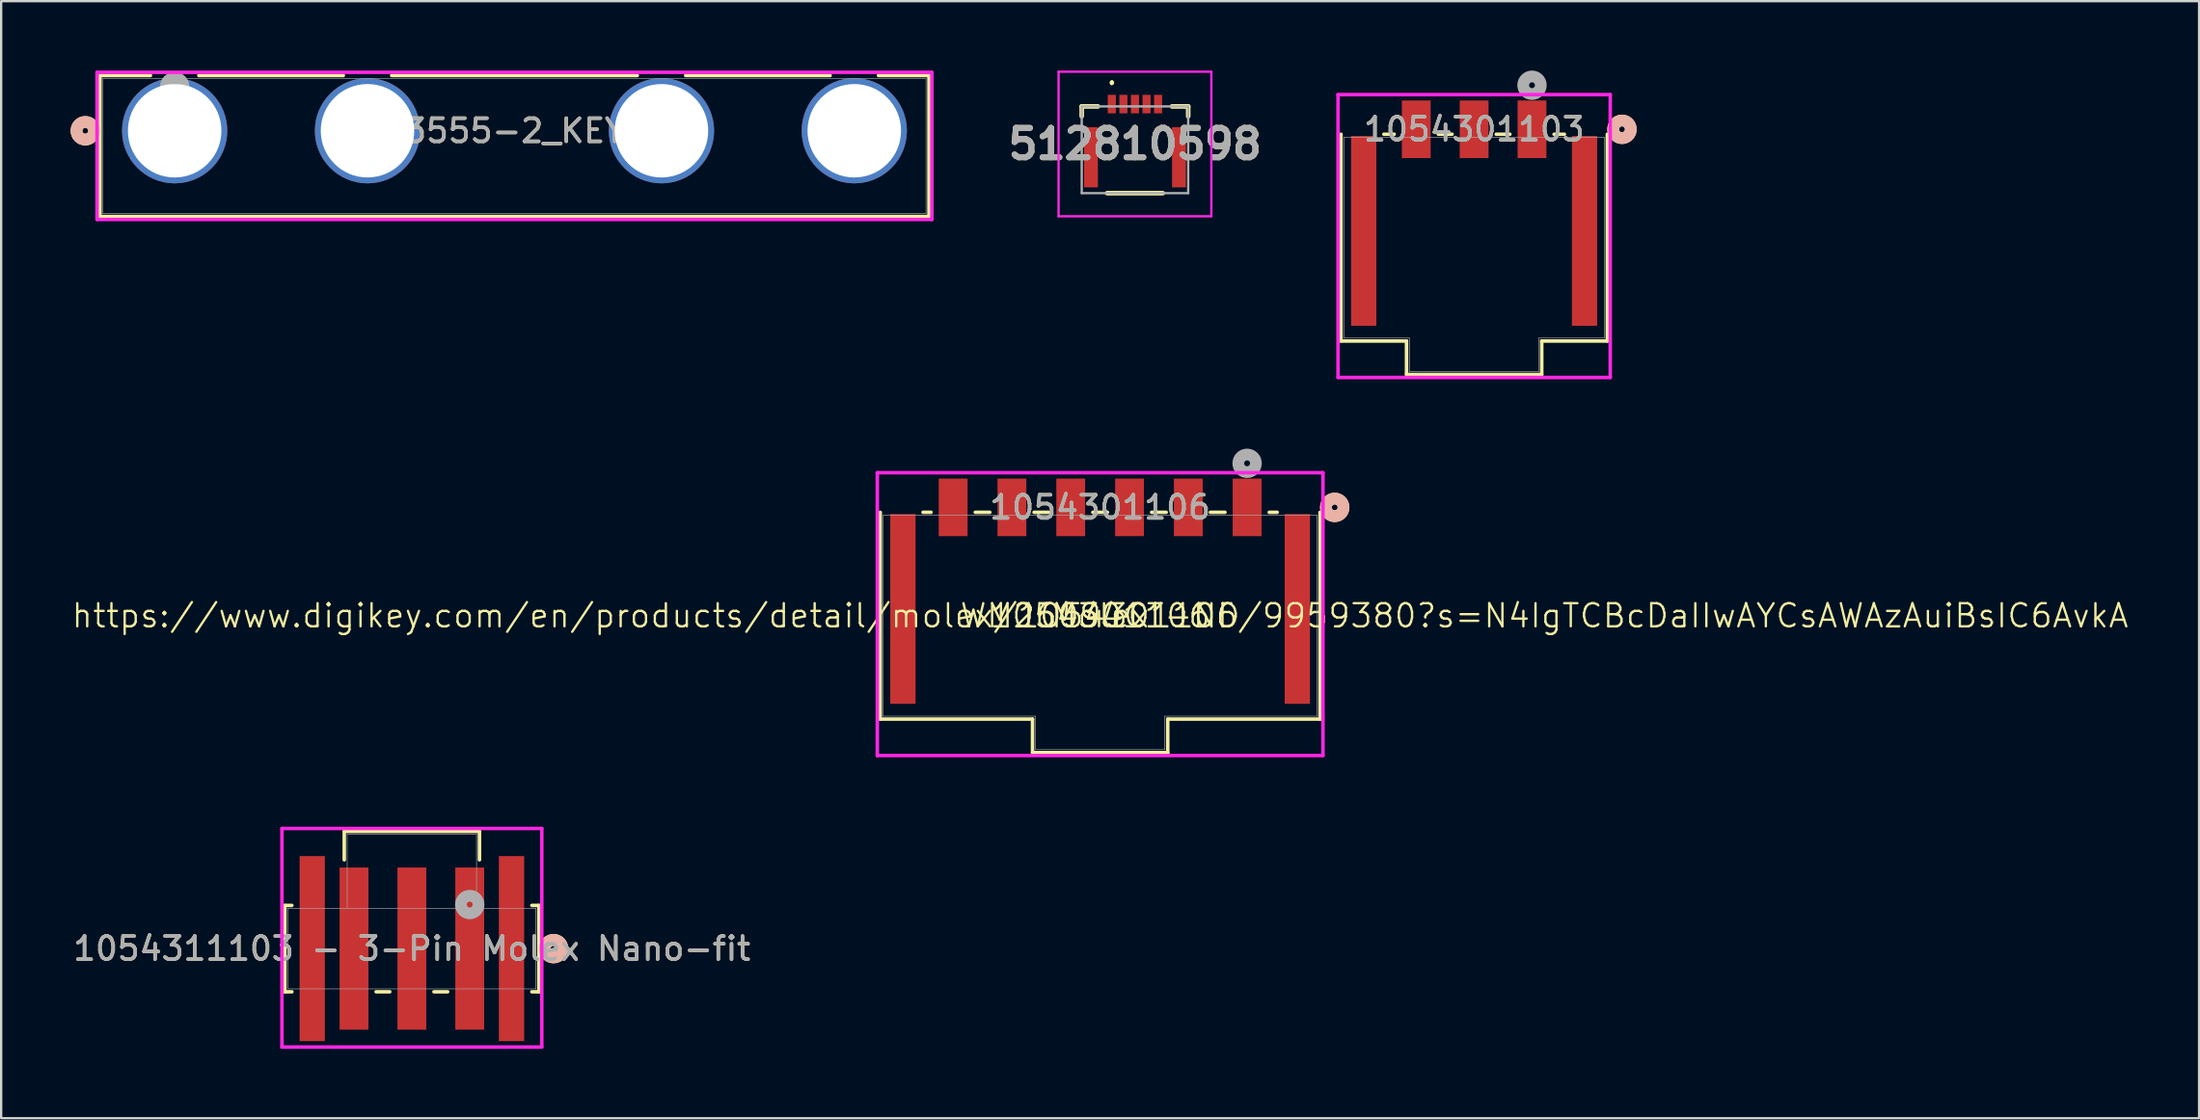
<source format=kicad_pcb>
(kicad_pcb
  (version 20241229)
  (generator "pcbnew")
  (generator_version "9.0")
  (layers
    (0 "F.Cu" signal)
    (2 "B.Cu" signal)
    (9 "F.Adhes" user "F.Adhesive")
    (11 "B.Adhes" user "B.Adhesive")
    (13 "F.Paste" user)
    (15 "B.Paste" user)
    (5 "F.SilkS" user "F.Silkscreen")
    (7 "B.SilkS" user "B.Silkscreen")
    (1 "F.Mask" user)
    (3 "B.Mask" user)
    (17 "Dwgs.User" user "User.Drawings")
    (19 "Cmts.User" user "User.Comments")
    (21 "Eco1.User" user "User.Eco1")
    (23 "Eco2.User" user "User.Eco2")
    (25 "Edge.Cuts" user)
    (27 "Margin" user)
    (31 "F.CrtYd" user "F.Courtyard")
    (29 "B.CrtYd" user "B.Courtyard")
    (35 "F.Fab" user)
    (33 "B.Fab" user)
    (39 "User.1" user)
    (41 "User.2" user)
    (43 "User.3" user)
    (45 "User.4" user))
  (footprint "1054301106"
    (layer "F.Cu")
    (at 44.479 23.568)
    (property "Reference" "1054301106" (at 0 -4.683 0) (unlocked yes) (layer "F.SilkS") (effects (font (size 1 1) (thickness 0.15))))
    (property "Digikey URL" "https://www.digikey.com/en/products/detail/molex/1054301106/9959380?s=N4IgTCBcDaIIwAYCsAWAzAuiBsIC6AvkA" (at 0 0 0) (layer "F.SilkS") (effects (font (size 1 1) (thickness 0.1))))
    (property "Digikey PN" "WM26094CT-ND" (at 0 0 0) (layer "F.SilkS") (effects (font (size 1 1) (thickness 0.1))))
    (property "MFG" "Molex" (at 0 0 0) (layer "F.SilkS") (effects (font (size 1 1) (thickness 0.1))))
    (property "MFG PN" "1054301106" (at 0 0 0) (layer "F.SilkS") (effects (font (size 1 1) (thickness 0.1))))
    (attr smd)
    (fp_line (start -9.5 -4.47) (end -9.5 4.47) (stroke (width 0.152) (type solid)) (layer "F.SilkS"))
    (fp_line (start -9.5 4.47) (end -2.921 4.47) (stroke (width 0.152) (type solid)) (layer "F.SilkS"))
    (fp_line (start -7.305 -4.47) (end -7.65 -4.47) (stroke (width 0.152) (type solid)) (layer "F.SilkS"))
    (fp_line (start -4.765 -4.47) (end -5.395 -4.47) (stroke (width 0.152) (type solid)) (layer "F.SilkS"))
    (fp_line (start -2.921 4.47) (end -2.921 5.918) (stroke (width 0.152) (type solid)) (layer "F.SilkS"))
    (fp_line (start -2.921 5.918) (end 2.921 5.918) (stroke (width 0.152) (type solid)) (layer "F.SilkS"))
    (fp_line (start -2.225 -4.47) (end -2.855 -4.47) (stroke (width 0.152) (type solid)) (layer "F.SilkS"))
    (fp_line (start 0.315 -4.47) (end -0.315 -4.47) (stroke (width 0.152) (type solid)) (layer "F.SilkS"))
    (fp_line (start 2.855 -4.47) (end 2.225 -4.47) (stroke (width 0.152) (type solid)) (layer "F.SilkS"))
    (fp_line (start 2.921 4.47) (end 9.5 4.47) (stroke (width 0.152) (type solid)) (layer "F.SilkS"))
    (fp_line (start 2.921 5.918) (end 2.921 4.47) (stroke (width 0.152) (type solid)) (layer "F.SilkS"))
    (fp_line (start 5.395 -4.47) (end 4.765 -4.47) (stroke (width 0.152) (type solid)) (layer "F.SilkS"))
    (fp_line (start 7.65 -4.47) (end 7.305 -4.47) (stroke (width 0.152) (type solid)) (layer "F.SilkS"))
    (fp_line (start 9.5 4.47) (end 9.5 -4.47) (stroke (width 0.152) (type solid)) (layer "F.SilkS"))
    (fp_circle (center 10.135 -4.683) (end 10.516 -4.683) (stroke (width 0.508) (type solid)) (fill no) (layer "F.SilkS"))
    (fp_circle (center 10.135 -4.683) (end 10.516 -4.683) (stroke (width 0.508) (type solid)) (fill no) (layer "B.SilkS"))
    (fp_line (start -9.627 -6.182) (end -9.627 6.045) (stroke (width 0.152) (type solid)) (layer "F.CrtYd"))
    (fp_line (start -9.627 6.045) (end 9.627 6.045) (stroke (width 0.152) (type solid)) (layer "F.CrtYd"))
    (fp_line (start 9.627 -6.182) (end -9.627 -6.182) (stroke (width 0.152) (type solid)) (layer "F.CrtYd"))
    (fp_line (start 9.627 6.045) (end 9.627 -6.182) (stroke (width 0.152) (type solid)) (layer "F.CrtYd"))
    (fp_line (start -9.373 -4.343) (end -9.373 4.343) (stroke (width 0.025) (type solid)) (layer "F.Fab"))
    (fp_line (start -9.373 4.343) (end -2.794 4.343) (stroke (width 0.025) (type solid)) (layer "F.Fab"))
    (fp_line (start -2.794 4.343) (end -2.794 5.791) (stroke (width 0.025) (type solid)) (layer "F.Fab"))
    (fp_line (start -2.794 5.791) (end 2.794 5.791) (stroke (width 0.025) (type solid)) (layer "F.Fab"))
    (fp_line (start 2.794 4.343) (end 9.373 4.343) (stroke (width 0.025) (type solid)) (layer "F.Fab"))
    (fp_line (start 2.794 5.791) (end 2.794 4.343) (stroke (width 0.025) (type solid)) (layer "F.Fab"))
    (fp_line (start 9.373 -4.343) (end -9.373 -4.343) (stroke (width 0.025) (type solid)) (layer "F.Fab"))
    (fp_line (start 9.373 4.343) (end 9.373 -4.343) (stroke (width 0.025) (type solid)) (layer "F.Fab"))
    (fp_circle (center 6.35 -6.588) (end 6.731 -6.588) (stroke (width 0.508) (type solid)) (fill no) (layer "F.Fab"))
    (fp_text user "${REFERENCE}" (at 0 -4.683 0) (unlocked yes) (layer "F.Fab") (effects (font (size 1 1) (thickness 0.15))))
    (pad "" smd rect (at -8.52 -0.293) (size 1.092 8.204) (layers "F.Cu" "F.Mask" "F.Paste"))
    (pad "" smd rect (at 8.52 -0.293) (size 1.092 8.204) (layers "F.Cu" "F.Mask" "F.Paste"))
    (pad "1" smd rect (at 6.35 -4.683) (size 1.245 2.489) (layers "F.Cu" "F.Mask" "F.Paste"))
    (pad "2" smd rect (at 3.81 -4.683) (size 1.245 2.489) (layers "F.Cu" "F.Mask" "F.Paste"))
    (pad "3" smd rect (at 1.27 -4.683) (size 1.245 2.489) (layers "F.Cu" "F.Mask" "F.Paste"))
    (pad "4" smd rect (at -1.27 -4.683) (size 1.245 2.489) (layers "F.Cu" "F.Mask" "F.Paste"))
    (pad "5" smd rect (at -3.81 -4.683) (size 1.245 2.489) (layers "F.Cu" "F.Mask" "F.Paste"))
    (pad "6" smd rect (at -6.35 -4.683) (size 1.245 2.489) (layers "F.Cu" "F.Mask" "F.Paste")))
  (footprint "1054311103 - 3-Pin Molex Nano-fit"
    (layer "F.Cu")
    (at 14.744 37.96)
    (property "Reference" "1054311103 - 3-Pin Molex Nano-fit" (at 0 0 0) (unlocked yes) (layer "F.SilkS") (effects (font (size 1 1) (thickness 0.15))))
    (attr smd)
    (fp_line (start -5.486 -1.867) (end -5.486 1.867) (stroke (width 0.152) (type solid)) (layer "F.SilkS"))
    (fp_line (start -5.486 1.867) (end -5.184 1.867) (stroke (width 0.152) (type solid)) (layer "F.SilkS"))
    (fp_line (start -5.184 -1.867) (end -5.486 -1.867) (stroke (width 0.152) (type solid)) (layer "F.SilkS"))
    (fp_line (start -2.921 -5.067) (end -2.921 -3.838) (stroke (width 0.152) (type solid)) (layer "F.SilkS"))
    (fp_line (start -1.545 1.867) (end -0.955 1.867) (stroke (width 0.152) (type solid)) (layer "F.SilkS"))
    (fp_line (start 0.955 1.867) (end 1.545 1.867) (stroke (width 0.152) (type solid)) (layer "F.SilkS"))
    (fp_line (start 2.921 -5.067) (end -2.921 -5.067) (stroke (width 0.152) (type solid)) (layer "F.SilkS"))
    (fp_line (start 2.921 -3.838) (end 2.921 -5.067) (stroke (width 0.152) (type solid)) (layer "F.SilkS"))
    (fp_line (start 5.184 1.867) (end 5.486 1.867) (stroke (width 0.152) (type solid)) (layer "F.SilkS"))
    (fp_line (start 5.486 -1.867) (end 5.184 -1.867) (stroke (width 0.152) (type solid)) (layer "F.SilkS"))
    (fp_line (start 5.486 1.867) (end 5.486 -1.867) (stroke (width 0.152) (type solid)) (layer "F.SilkS"))
    (fp_circle (center 6.121 0) (end 6.502 0) (stroke (width 0.508) (type solid)) (fill no) (layer "F.SilkS"))
    (fp_circle (center 6.121 0) (end 6.502 0) (stroke (width 0.508) (type solid)) (fill no) (layer "B.SilkS"))
    (fp_line (start -5.613 -5.194) (end -5.613 4.255) (stroke (width 0.152) (type solid)) (layer "F.CrtYd"))
    (fp_line (start -5.613 4.255) (end 5.613 4.255) (stroke (width 0.152) (type solid)) (layer "F.CrtYd"))
    (fp_line (start 5.613 -5.194) (end -5.613 -5.194) (stroke (width 0.152) (type solid)) (layer "F.CrtYd"))
    (fp_line (start 5.613 4.255) (end 5.613 -5.194) (stroke (width 0.152) (type solid)) (layer "F.CrtYd"))
    (fp_line (start -5.359 -1.74) (end -5.359 1.74) (stroke (width 0.025) (type solid)) (layer "F.Fab"))
    (fp_line (start -5.359 1.74) (end 5.359 1.74) (stroke (width 0.025) (type solid)) (layer "F.Fab"))
    (fp_line (start -2.794 -4.94) (end -2.794 -1.74) (stroke (width 0.025) (type solid)) (layer "F.Fab"))
    (fp_line (start -2.794 -4.94) (end 2.794 -4.94) (stroke (width 0.025) (type solid)) (layer "F.Fab"))
    (fp_line (start 2.794 -4.94) (end 2.794 -1.74) (stroke (width 0.025) (type solid)) (layer "F.Fab"))
    (fp_line (start 5.359 -1.74) (end -5.359 -1.74) (stroke (width 0.025) (type solid)) (layer "F.Fab"))
    (fp_line (start 5.359 1.74) (end 5.359 -1.74) (stroke (width 0.025) (type solid)) (layer "F.Fab"))
    (fp_circle (center 2.5 -1.905) (end 2.881 -1.905) (stroke (width 0.508) (type solid)) (fill no) (layer "F.Fab"))
    (fp_text user "${REFERENCE}" (at 0 0 0) (unlocked yes) (layer "F.Fab") (effects (font (size 1 1) (thickness 0.15))))
    (pad "1" smd rect (at 2.5 0) (size 1.245 7.01) (layers "F.Cu" "F.Mask" "F.Paste"))
    (pad "2" smd rect (at 0 0) (size 1.245 7.01) (layers "F.Cu" "F.Mask" "F.Paste"))
    (pad "3" smd rect (at -2.5 0) (size 1.245 7.01) (layers "F.Cu" "F.Mask" "F.Paste"))
    (pad "4" smd rect (at -4.305 0) (size 1.092 8.001) (layers "F.Cu" "F.Mask" "F.Paste"))
    (pad "5" smd rect (at 4.305 0) (size 1.092 8.001) (layers "F.Cu" "F.Mask" "F.Paste")))
  (footprint "3555-2_KEY"
    (layer "F.Cu")
    (at 4.496 2.603)
    (property "Reference" "3555-2_KEY" (at 14.681 0 0) (unlocked yes) (layer "F.SilkS") (effects (font (size 1 1) (thickness 0.15))))
    (attr through_hole)
    (fp_line (start -3.226 -2.388) (end -3.226 3.708) (stroke (width 0.152) (type solid)) (layer "F.SilkS"))
    (fp_line (start -3.226 3.708) (end 32.588 3.708) (stroke (width 0.152) (type solid)) (layer "F.SilkS"))
    (fp_line (start -1.044 -2.388) (end -3.226 -2.388) (stroke (width 0.152) (type solid)) (layer "F.SilkS"))
    (fp_line (start 7.287 -2.388) (end 1.044 -2.388) (stroke (width 0.152) (type solid)) (layer "F.SilkS"))
    (fp_line (start 19.987 -2.388) (end 9.376 -2.388) (stroke (width 0.152) (type solid)) (layer "F.SilkS"))
    (fp_line (start 28.318 -2.388) (end 22.076 -2.388) (stroke (width 0.152) (type solid)) (layer "F.SilkS"))
    (fp_line (start 32.588 -2.388) (end 30.407 -2.388) (stroke (width 0.152) (type solid)) (layer "F.SilkS"))
    (fp_line (start 32.588 3.708) (end 32.588 -2.388) (stroke (width 0.152) (type solid)) (layer "F.SilkS"))
    (fp_circle (center -3.861 0) (end -3.48 0) (stroke (width 0.508) (type solid)) (fill no) (layer "F.SilkS"))
    (fp_circle (center -3.861 0) (end -3.48 0) (stroke (width 0.508) (type solid)) (fill no) (layer "B.SilkS"))
    (fp_line (start -3.353 -2.527) (end -3.353 3.835) (stroke (width 0.152) (type solid)) (layer "F.CrtYd"))
    (fp_line (start -3.353 3.835) (end 32.715 3.835) (stroke (width 0.152) (type solid)) (layer "F.CrtYd"))
    (fp_line (start 32.715 -2.527) (end -3.353 -2.527) (stroke (width 0.152) (type solid)) (layer "F.CrtYd"))
    (fp_line (start 32.715 3.835) (end 32.715 -2.527) (stroke (width 0.152) (type solid)) (layer "F.CrtYd"))
    (fp_line (start -3.099 -2.261) (end -3.099 3.581) (stroke (width 0.025) (type solid)) (layer "F.Fab"))
    (fp_line (start -3.099 3.581) (end 32.461 3.581) (stroke (width 0.025) (type solid)) (layer "F.Fab"))
    (fp_line (start 32.461 -2.261) (end -3.099 -2.261) (stroke (width 0.025) (type solid)) (layer "F.Fab"))
    (fp_line (start 32.461 3.581) (end 32.461 -2.261) (stroke (width 0.025) (type solid)) (layer "F.Fab"))
    (fp_circle (center 0 -1.905) (end 0.381 -1.905) (stroke (width 0.508) (type solid)) (fill no) (layer "F.Fab"))
    (fp_text user "${REFERENCE}" (at 14.681 0 0) (unlocked yes) (layer "F.Fab") (effects (font (size 1 1) (thickness 0.15))))
    (pad "1" thru_hole circle (at 0 0) (size 4.547 4.547) (drill 4.039) (layers "*.Cu" "*.Mask"))
    (pad "2" thru_hole circle (at 8.331 0) (size 4.547 4.547) (drill 4.039) (layers "*.Cu" "*.Mask"))
    (pad "3" thru_hole circle (at 29.362 0) (size 4.547 4.547) (drill 4.039) (layers "*.Cu" "*.Mask"))
    (pad "4" thru_hole circle (at 21.031 0) (size 4.547 4.547) (drill 4.039) (layers "*.Cu" "*.Mask")))
  (footprint "1054301103"
    (layer "F.Cu")
    (at 60.637 7.223)
    (property "Reference" "1054301103" (at 0 -4.683 0) (unlocked yes) (layer "F.SilkS") (effects (font (size 1 1) (thickness 0.15))))
    (attr smd)
    (fp_line (start -5.753 -4.47) (end -5.753 4.47) (stroke (width 0.152) (type solid)) (layer "F.SilkS"))
    (fp_line (start -5.753 4.47) (end -2.921 4.47) (stroke (width 0.152) (type solid)) (layer "F.SilkS"))
    (fp_line (start -3.455 -4.47) (end -3.9 -4.47) (stroke (width 0.152) (type solid)) (layer "F.SilkS"))
    (fp_line (start -2.921 4.47) (end -2.921 5.918) (stroke (width 0.152) (type solid)) (layer "F.SilkS"))
    (fp_line (start -2.921 5.918) (end 2.921 5.918) (stroke (width 0.152) (type solid)) (layer "F.SilkS"))
    (fp_line (start -0.955 -4.47) (end -1.545 -4.47) (stroke (width 0.152) (type solid)) (layer "F.SilkS"))
    (fp_line (start 1.545 -4.47) (end 0.955 -4.47) (stroke (width 0.152) (type solid)) (layer "F.SilkS"))
    (fp_line (start 2.921 4.47) (end 5.753 4.47) (stroke (width 0.152) (type solid)) (layer "F.SilkS"))
    (fp_line (start 2.921 5.918) (end 2.921 4.47) (stroke (width 0.152) (type solid)) (layer "F.SilkS"))
    (fp_line (start 3.9 -4.47) (end 3.455 -4.47) (stroke (width 0.152) (type solid)) (layer "F.SilkS"))
    (fp_line (start 5.753 4.47) (end 5.753 -4.47) (stroke (width 0.152) (type solid)) (layer "F.SilkS"))
    (fp_circle (center 6.388 -4.683) (end 6.769 -4.683) (stroke (width 0.508) (type solid)) (fill no) (layer "F.SilkS"))
    (fp_circle (center 6.388 -4.683) (end 6.769 -4.683) (stroke (width 0.508) (type solid)) (fill no) (layer "B.SilkS"))
    (fp_line (start -5.88 -6.182) (end -5.88 6.045) (stroke (width 0.152) (type solid)) (layer "F.CrtYd"))
    (fp_line (start -5.88 6.045) (end 5.88 6.045) (stroke (width 0.152) (type solid)) (layer "F.CrtYd"))
    (fp_line (start 5.88 -6.182) (end -5.88 -6.182) (stroke (width 0.152) (type solid)) (layer "F.CrtYd"))
    (fp_line (start 5.88 6.045) (end 5.88 -6.182) (stroke (width 0.152) (type solid)) (layer "F.CrtYd"))
    (fp_line (start -5.626 -4.343) (end -5.626 4.343) (stroke (width 0.025) (type solid)) (layer "F.Fab"))
    (fp_line (start -5.626 4.343) (end -2.794 4.343) (stroke (width 0.025) (type solid)) (layer "F.Fab"))
    (fp_line (start -2.794 4.343) (end -2.794 5.791) (stroke (width 0.025) (type solid)) (layer "F.Fab"))
    (fp_line (start -2.794 5.791) (end 2.794 5.791) (stroke (width 0.025) (type solid)) (layer "F.Fab"))
    (fp_line (start 2.794 4.343) (end 5.626 4.343) (stroke (width 0.025) (type solid)) (layer "F.Fab"))
    (fp_line (start 2.794 5.791) (end 2.794 4.343) (stroke (width 0.025) (type solid)) (layer "F.Fab"))
    (fp_line (start 5.626 -4.343) (end -5.626 -4.343) (stroke (width 0.025) (type solid)) (layer "F.Fab"))
    (fp_line (start 5.626 4.343) (end 5.626 -4.343) (stroke (width 0.025) (type solid)) (layer "F.Fab"))
    (fp_circle (center 2.5 -6.588) (end 2.881 -6.588) (stroke (width 0.508) (type solid)) (fill no) (layer "F.Fab"))
    (fp_text user "${REFERENCE}" (at 0 -4.683 0) (unlocked yes) (layer "F.Fab") (effects (font (size 1 1) (thickness 0.15))))
    (pad "1" smd rect (at 2.5 -4.683) (size 1.245 2.489) (layers "F.Cu" "F.Mask" "F.Paste"))
    (pad "2" smd rect (at 0 -4.683) (size 1.245 2.489) (layers "F.Cu" "F.Mask" "F.Paste"))
    (pad "3" smd rect (at -2.5 -4.683) (size 1.245 2.489) (layers "F.Cu" "F.Mask" "F.Paste"))
    (pad "4" smd rect (at -4.77 -0.293) (size 1.092 8.204) (layers "F.Cu" "F.Mask" "F.Paste"))
    (pad "5" smd rect (at 4.77 -0.293) (size 1.092 8.204) (layers "F.Cu" "F.Mask" "F.Paste")))
  (footprint "512810598"
    (layer "F.Cu")
    (at 45.984 3.375)
    (property "Reference" "512810598" (at 0 -0.2 0) (layer "F.SilkS") (effects (font (size 1.27 1.27) (thickness 0.254))))
    (attr smd)
    (fp_line (start -2.3 -1.825) (end -2.3 -1.4) (stroke (width 0.2) (type solid)) (layer "F.SilkS"))
    (fp_line (start -1.6 -1.825) (end -2.3 -1.825) (stroke (width 0.2) (type solid)) (layer "F.SilkS"))
    (fp_line (start -1.2 1.925) (end 1.2 1.925) (stroke (width 0.2) (type solid)) (layer "F.SilkS"))
    (fp_line (start -1 -2.9) (end -1 -2.9) (stroke (width 0.1) (type solid)) (layer "F.SilkS"))
    (fp_line (start -1 -2.8) (end -1 -2.8) (stroke (width 0.1) (type solid)) (layer "F.SilkS"))
    (fp_line (start -1 -2.8) (end -1 -2.8) (stroke (width 0.1) (type solid)) (layer "F.SilkS"))
    (fp_line (start 1.6 -1.825) (end 2.3 -1.825) (stroke (width 0.2) (type solid)) (layer "F.SilkS"))
    (fp_line (start 2.3 -1.825) (end 2.3 -1.4) (stroke (width 0.2) (type solid)) (layer "F.SilkS"))
    (fp_arc (start -1 -2.9) (mid -0.95 -2.85) (end -1 -2.8) (stroke (width 0.1) (type solid)) (layer "F.SilkS"))
    (fp_arc (start -1 -2.9) (mid -0.95 -2.85) (end -1 -2.8) (stroke (width 0.1) (type solid)) (layer "F.SilkS"))
    (fp_arc (start -1 -2.8) (mid -1.05 -2.85) (end -1 -2.9) (stroke (width 0.1) (type solid)) (layer "F.SilkS"))
    (fp_line (start -3.3 -3.325) (end 3.3 -3.325) (stroke (width 0.1) (type solid)) (layer "F.CrtYd"))
    (fp_line (start -3.3 2.925) (end -3.3 -3.325) (stroke (width 0.1) (type solid)) (layer "F.CrtYd"))
    (fp_line (start 3.3 -3.325) (end 3.3 2.925) (stroke (width 0.1) (type solid)) (layer "F.CrtYd"))
    (fp_line (start 3.3 2.925) (end -3.3 2.925) (stroke (width 0.1) (type solid)) (layer "F.CrtYd"))
    (fp_line (start -2.3 -1.825) (end -2.3 1.925) (stroke (width 0.1) (type solid)) (layer "F.Fab"))
    (fp_line (start -2.3 1.925) (end 2.3 1.925) (stroke (width 0.1) (type solid)) (layer "F.Fab"))
    (fp_line (start 2.3 -1.825) (end -2.3 -1.825) (stroke (width 0.1) (type solid)) (layer "F.Fab"))
    (fp_line (start 2.3 1.925) (end 2.3 -1.825) (stroke (width 0.1) (type solid)) (layer "F.Fab"))
    (fp_text user "${REFERENCE}" (at 0 -0.2 0) (layer "F.Fab") (effects (font (size 1.27 1.27) (thickness 0.254))))
    (pad "1" smd rect (at -1 -1.925) (size 0.35 0.8) (layers "F.Cu" "F.Mask" "F.Paste"))
    (pad "2" smd rect (at -0.5 -1.925) (size 0.35 0.8) (layers "F.Cu" "F.Mask" "F.Paste"))
    (pad "3" smd rect (at 0 -1.925) (size 0.35 0.8) (layers "F.Cu" "F.Mask" "F.Paste"))
    (pad "4" smd rect (at 0.5 -1.925) (size 0.35 0.8) (layers "F.Cu" "F.Mask" "F.Paste"))
    (pad "5" smd rect (at 1 -1.925) (size 0.35 0.8) (layers "F.Cu" "F.Mask" "F.Paste"))
    (pad "6" smd rect (at -1.9 0.375) (size 0.6 2.6) (layers "F.Cu" "F.Mask" "F.Paste"))
    (pad "7" smd rect (at 1.9 0.375) (size 0.6 2.6) (layers "F.Cu" "F.Mask" "F.Paste")))
  (gr_rect
    (start -3 -3)
    (end 91.957 45.291)
    (stroke (width 0.1) (type default))
    (fill no)
    (layer "Edge.Cuts")))
</source>
